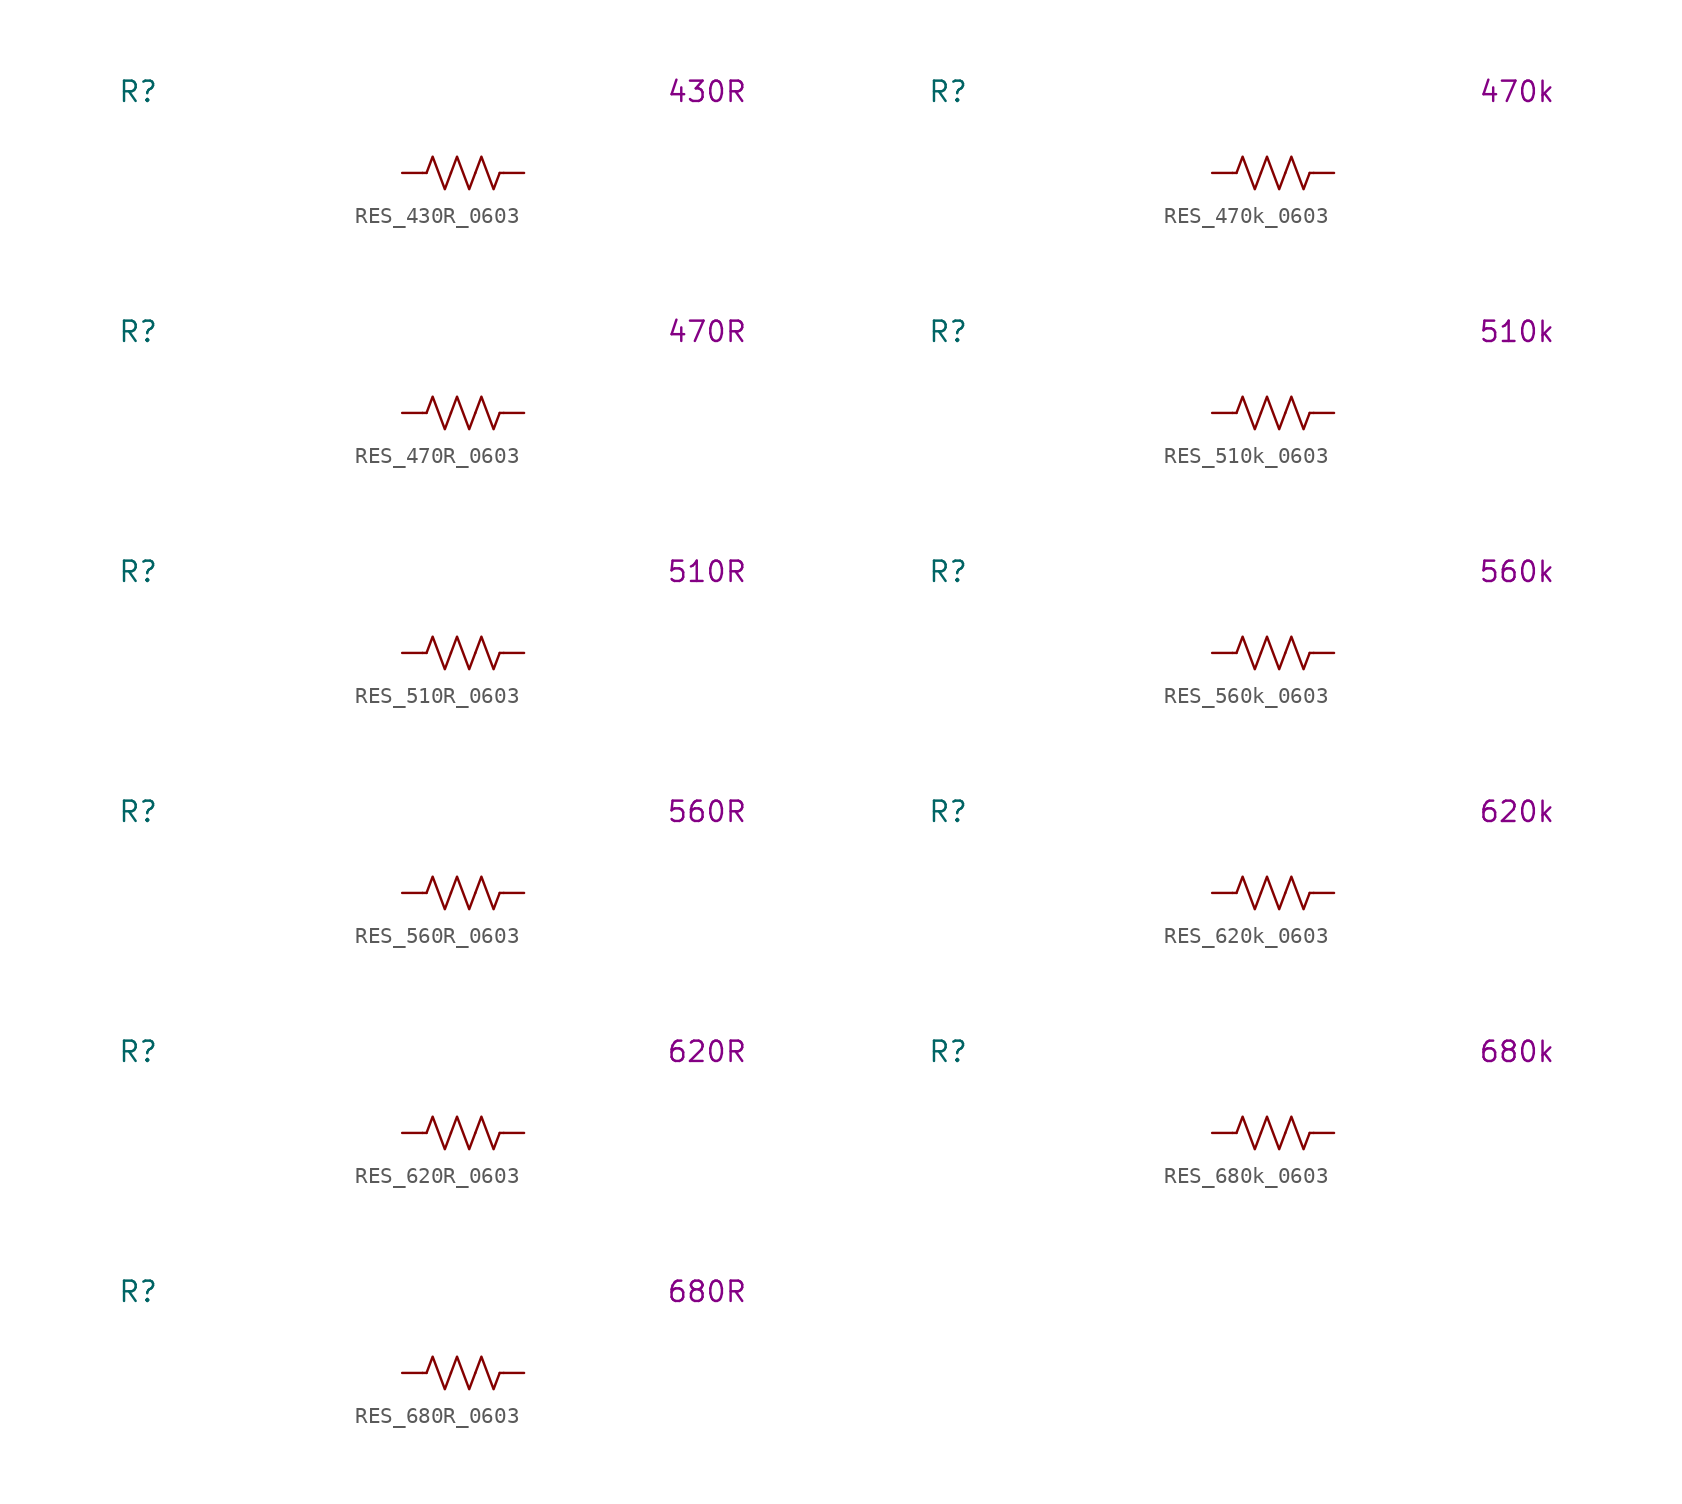
<source format=kicad_sym>
(kicad_symbol_lib
  (version 20231120)
  (generator "kicad_symbol_editor")
  (generator_version "8.0")
  (symbol "RES_430R_0603"
    (pin_numbers hide)
    (property "Reference" "R"
      (at -20.32 5.08 0)
      (effects (font (size 1.27 1.27))))
    (property "Display Value" "430R"
      (at 15.24 5.08 0)
      (effects (font (size 1.27 1.27))))
    (symbol "RES_430R_0603_0_1"
      (polyline (pts (xy -2.286 0) (xy -2.54 0)) (stroke (width 0) (type default)) (fill (type none)))
      (polyline (pts (xy 2.286 0) (xy 2.54 0)) (stroke (width 0) (type default)) (fill (type none)))
      (polyline (pts (xy -2.286 0) (xy -1.905 1.016) (xy -1.524 0) (xy -1.143 -1.016) (xy -0.762 0)) (stroke (width 0) (type default)) (fill (type none)))
      (polyline (pts (xy -0.762 0) (xy -0.381 1.016) (xy 0 0) (xy 0.381 -1.016) (xy 0.762 0)) (stroke (width 0) (type default)) (fill (type none)))
      (polyline (pts (xy 0.762 0) (xy 1.143 1.016) (xy 1.524 0) (xy 1.905 -1.016) (xy 2.286 0)) (stroke (width 0) (type default)) (fill (type none))))
    (symbol "RES_430R_0603_1_1"
      (pin passive line (at -3.81 0 0) (length 1.27) (name "~" (effects (font (size 1.27 1.27)))) (number "1" (effects (font (size 1.27 1.27)))))
      (pin passive line (at 3.81 0 180) (length 1.27) (name "~" (effects (font (size 1.27 1.27)))) (number "2" (effects (font (size 1.27 1.27)))))))
  (symbol "RES_470k_0603"
    (pin_numbers hide)
    (property "Reference" "R"
      (at -20.32 5.08 0)
      (effects (font (size 1.27 1.27))))
    (property "Display Value" "470k"
      (at 15.24 5.08 0)
      (effects (font (size 1.27 1.27))))
    (symbol "RES_470k_0603_0_1"
      (polyline (pts (xy -2.286 0) (xy -2.54 0)) (stroke (width 0) (type default)) (fill (type none)))
      (polyline (pts (xy 2.286 0) (xy 2.54 0)) (stroke (width 0) (type default)) (fill (type none)))
      (polyline (pts (xy -2.286 0) (xy -1.905 1.016) (xy -1.524 0) (xy -1.143 -1.016) (xy -0.762 0)) (stroke (width 0) (type default)) (fill (type none)))
      (polyline (pts (xy -0.762 0) (xy -0.381 1.016) (xy 0 0) (xy 0.381 -1.016) (xy 0.762 0)) (stroke (width 0) (type default)) (fill (type none)))
      (polyline (pts (xy 0.762 0) (xy 1.143 1.016) (xy 1.524 0) (xy 1.905 -1.016) (xy 2.286 0)) (stroke (width 0) (type default)) (fill (type none))))
    (symbol "RES_470k_0603_1_1"
      (pin passive line (at -3.81 0 0) (length 1.27) (name "~" (effects (font (size 1.27 1.27)))) (number "1" (effects (font (size 1.27 1.27)))))
      (pin passive line (at 3.81 0 180) (length 1.27) (name "~" (effects (font (size 1.27 1.27)))) (number "2" (effects (font (size 1.27 1.27)))))))
  (symbol "RES_470R_0603"
    (pin_numbers hide)
    (property "Reference" "R"
      (at -20.32 5.08 0)
      (effects (font (size 1.27 1.27))))
    (property "Display Value" "470R"
      (at 15.24 5.08 0)
      (effects (font (size 1.27 1.27))))
    (symbol "RES_470R_0603_0_1"
      (polyline (pts (xy -2.286 0) (xy -2.54 0)) (stroke (width 0) (type default)) (fill (type none)))
      (polyline (pts (xy 2.286 0) (xy 2.54 0)) (stroke (width 0) (type default)) (fill (type none)))
      (polyline (pts (xy -2.286 0) (xy -1.905 1.016) (xy -1.524 0) (xy -1.143 -1.016) (xy -0.762 0)) (stroke (width 0) (type default)) (fill (type none)))
      (polyline (pts (xy -0.762 0) (xy -0.381 1.016) (xy 0 0) (xy 0.381 -1.016) (xy 0.762 0)) (stroke (width 0) (type default)) (fill (type none)))
      (polyline (pts (xy 0.762 0) (xy 1.143 1.016) (xy 1.524 0) (xy 1.905 -1.016) (xy 2.286 0)) (stroke (width 0) (type default)) (fill (type none))))
    (symbol "RES_470R_0603_1_1"
      (pin passive line (at -3.81 0 0) (length 1.27) (name "~" (effects (font (size 1.27 1.27)))) (number "1" (effects (font (size 1.27 1.27)))))
      (pin passive line (at 3.81 0 180) (length 1.27) (name "~" (effects (font (size 1.27 1.27)))) (number "2" (effects (font (size 1.27 1.27)))))))
  (symbol "RES_510k_0603"
    (pin_numbers hide)
    (property "Reference" "R"
      (at -20.32 5.08 0)
      (effects (font (size 1.27 1.27))))
    (property "Display Value" "510k"
      (at 15.24 5.08 0)
      (effects (font (size 1.27 1.27))))
    (symbol "RES_510k_0603_0_1"
      (polyline (pts (xy -2.286 0) (xy -2.54 0)) (stroke (width 0) (type default)) (fill (type none)))
      (polyline (pts (xy 2.286 0) (xy 2.54 0)) (stroke (width 0) (type default)) (fill (type none)))
      (polyline (pts (xy -2.286 0) (xy -1.905 1.016) (xy -1.524 0) (xy -1.143 -1.016) (xy -0.762 0)) (stroke (width 0) (type default)) (fill (type none)))
      (polyline (pts (xy -0.762 0) (xy -0.381 1.016) (xy 0 0) (xy 0.381 -1.016) (xy 0.762 0)) (stroke (width 0) (type default)) (fill (type none)))
      (polyline (pts (xy 0.762 0) (xy 1.143 1.016) (xy 1.524 0) (xy 1.905 -1.016) (xy 2.286 0)) (stroke (width 0) (type default)) (fill (type none))))
    (symbol "RES_510k_0603_1_1"
      (pin passive line (at -3.81 0 0) (length 1.27) (name "~" (effects (font (size 1.27 1.27)))) (number "1" (effects (font (size 1.27 1.27)))))
      (pin passive line (at 3.81 0 180) (length 1.27) (name "~" (effects (font (size 1.27 1.27)))) (number "2" (effects (font (size 1.27 1.27)))))))
  (symbol "RES_510R_0603"
    (pin_numbers hide)
    (property "Reference" "R"
      (at -20.32 5.08 0)
      (effects (font (size 1.27 1.27))))
    (property "Display Value" "510R"
      (at 15.24 5.08 0)
      (effects (font (size 1.27 1.27))))
    (symbol "RES_510R_0603_0_1"
      (polyline (pts (xy -2.286 0) (xy -2.54 0)) (stroke (width 0) (type default)) (fill (type none)))
      (polyline (pts (xy 2.286 0) (xy 2.54 0)) (stroke (width 0) (type default)) (fill (type none)))
      (polyline (pts (xy -2.286 0) (xy -1.905 1.016) (xy -1.524 0) (xy -1.143 -1.016) (xy -0.762 0)) (stroke (width 0) (type default)) (fill (type none)))
      (polyline (pts (xy -0.762 0) (xy -0.381 1.016) (xy 0 0) (xy 0.381 -1.016) (xy 0.762 0)) (stroke (width 0) (type default)) (fill (type none)))
      (polyline (pts (xy 0.762 0) (xy 1.143 1.016) (xy 1.524 0) (xy 1.905 -1.016) (xy 2.286 0)) (stroke (width 0) (type default)) (fill (type none))))
    (symbol "RES_510R_0603_1_1"
      (pin passive line (at -3.81 0 0) (length 1.27) (name "~" (effects (font (size 1.27 1.27)))) (number "1" (effects (font (size 1.27 1.27)))))
      (pin passive line (at 3.81 0 180) (length 1.27) (name "~" (effects (font (size 1.27 1.27)))) (number "2" (effects (font (size 1.27 1.27)))))))
  (symbol "RES_560k_0603"
    (pin_numbers hide)
    (property "Reference" "R"
      (at -20.32 5.08 0)
      (effects (font (size 1.27 1.27))))
    (property "Display Value" "560k"
      (at 15.24 5.08 0)
      (effects (font (size 1.27 1.27))))
    (symbol "RES_560k_0603_0_1"
      (polyline (pts (xy -2.286 0) (xy -2.54 0)) (stroke (width 0) (type default)) (fill (type none)))
      (polyline (pts (xy 2.286 0) (xy 2.54 0)) (stroke (width 0) (type default)) (fill (type none)))
      (polyline (pts (xy -2.286 0) (xy -1.905 1.016) (xy -1.524 0) (xy -1.143 -1.016) (xy -0.762 0)) (stroke (width 0) (type default)) (fill (type none)))
      (polyline (pts (xy -0.762 0) (xy -0.381 1.016) (xy 0 0) (xy 0.381 -1.016) (xy 0.762 0)) (stroke (width 0) (type default)) (fill (type none)))
      (polyline (pts (xy 0.762 0) (xy 1.143 1.016) (xy 1.524 0) (xy 1.905 -1.016) (xy 2.286 0)) (stroke (width 0) (type default)) (fill (type none))))
    (symbol "RES_560k_0603_1_1"
      (pin passive line (at -3.81 0 0) (length 1.27) (name "~" (effects (font (size 1.27 1.27)))) (number "1" (effects (font (size 1.27 1.27)))))
      (pin passive line (at 3.81 0 180) (length 1.27) (name "~" (effects (font (size 1.27 1.27)))) (number "2" (effects (font (size 1.27 1.27)))))))
  (symbol "RES_560R_0603"
    (pin_numbers hide)
    (property "Reference" "R"
      (at -20.32 5.08 0)
      (effects (font (size 1.27 1.27))))
    (property "Display Value" "560R"
      (at 15.24 5.08 0)
      (effects (font (size 1.27 1.27))))
    (symbol "RES_560R_0603_0_1"
      (polyline (pts (xy -2.286 0) (xy -2.54 0)) (stroke (width 0) (type default)) (fill (type none)))
      (polyline (pts (xy 2.286 0) (xy 2.54 0)) (stroke (width 0) (type default)) (fill (type none)))
      (polyline (pts (xy -2.286 0) (xy -1.905 1.016) (xy -1.524 0) (xy -1.143 -1.016) (xy -0.762 0)) (stroke (width 0) (type default)) (fill (type none)))
      (polyline (pts (xy -0.762 0) (xy -0.381 1.016) (xy 0 0) (xy 0.381 -1.016) (xy 0.762 0)) (stroke (width 0) (type default)) (fill (type none)))
      (polyline (pts (xy 0.762 0) (xy 1.143 1.016) (xy 1.524 0) (xy 1.905 -1.016) (xy 2.286 0)) (stroke (width 0) (type default)) (fill (type none))))
    (symbol "RES_560R_0603_1_1"
      (pin passive line (at -3.81 0 0) (length 1.27) (name "~" (effects (font (size 1.27 1.27)))) (number "1" (effects (font (size 1.27 1.27)))))
      (pin passive line (at 3.81 0 180) (length 1.27) (name "~" (effects (font (size 1.27 1.27)))) (number "2" (effects (font (size 1.27 1.27)))))))
  (symbol "RES_620k_0603"
    (pin_numbers hide)
    (property "Reference" "R"
      (at -20.32 5.08 0)
      (effects (font (size 1.27 1.27))))
    (property "Display Value" "620k"
      (at 15.24 5.08 0)
      (effects (font (size 1.27 1.27))))
    (symbol "RES_620k_0603_0_1"
      (polyline (pts (xy -2.286 0) (xy -2.54 0)) (stroke (width 0) (type default)) (fill (type none)))
      (polyline (pts (xy 2.286 0) (xy 2.54 0)) (stroke (width 0) (type default)) (fill (type none)))
      (polyline (pts (xy -2.286 0) (xy -1.905 1.016) (xy -1.524 0) (xy -1.143 -1.016) (xy -0.762 0)) (stroke (width 0) (type default)) (fill (type none)))
      (polyline (pts (xy -0.762 0) (xy -0.381 1.016) (xy 0 0) (xy 0.381 -1.016) (xy 0.762 0)) (stroke (width 0) (type default)) (fill (type none)))
      (polyline (pts (xy 0.762 0) (xy 1.143 1.016) (xy 1.524 0) (xy 1.905 -1.016) (xy 2.286 0)) (stroke (width 0) (type default)) (fill (type none))))
    (symbol "RES_620k_0603_1_1"
      (pin passive line (at -3.81 0 0) (length 1.27) (name "~" (effects (font (size 1.27 1.27)))) (number "1" (effects (font (size 1.27 1.27)))))
      (pin passive line (at 3.81 0 180) (length 1.27) (name "~" (effects (font (size 1.27 1.27)))) (number "2" (effects (font (size 1.27 1.27)))))))
  (symbol "RES_620R_0603"
    (pin_numbers hide)
    (property "Reference" "R"
      (at -20.32 5.08 0)
      (effects (font (size 1.27 1.27))))
    (property "Display Value" "620R"
      (at 15.24 5.08 0)
      (effects (font (size 1.27 1.27))))
    (symbol "RES_620R_0603_0_1"
      (polyline (pts (xy -2.286 0) (xy -2.54 0)) (stroke (width 0) (type default)) (fill (type none)))
      (polyline (pts (xy 2.286 0) (xy 2.54 0)) (stroke (width 0) (type default)) (fill (type none)))
      (polyline (pts (xy -2.286 0) (xy -1.905 1.016) (xy -1.524 0) (xy -1.143 -1.016) (xy -0.762 0)) (stroke (width 0) (type default)) (fill (type none)))
      (polyline (pts (xy -0.762 0) (xy -0.381 1.016) (xy 0 0) (xy 0.381 -1.016) (xy 0.762 0)) (stroke (width 0) (type default)) (fill (type none)))
      (polyline (pts (xy 0.762 0) (xy 1.143 1.016) (xy 1.524 0) (xy 1.905 -1.016) (xy 2.286 0)) (stroke (width 0) (type default)) (fill (type none))))
    (symbol "RES_620R_0603_1_1"
      (pin passive line (at -3.81 0 0) (length 1.27) (name "~" (effects (font (size 1.27 1.27)))) (number "1" (effects (font (size 1.27 1.27)))))
      (pin passive line (at 3.81 0 180) (length 1.27) (name "~" (effects (font (size 1.27 1.27)))) (number "2" (effects (font (size 1.27 1.27)))))))
  (symbol "RES_680k_0603"
    (pin_numbers hide)
    (property "Reference" "R"
      (at -20.32 5.08 0)
      (effects (font (size 1.27 1.27))))
    (property "Display Value" "680k"
      (at 15.24 5.08 0)
      (effects (font (size 1.27 1.27))))
    (symbol "RES_680k_0603_0_1"
      (polyline (pts (xy -2.286 0) (xy -2.54 0)) (stroke (width 0) (type default)) (fill (type none)))
      (polyline (pts (xy 2.286 0) (xy 2.54 0)) (stroke (width 0) (type default)) (fill (type none)))
      (polyline (pts (xy -2.286 0) (xy -1.905 1.016) (xy -1.524 0) (xy -1.143 -1.016) (xy -0.762 0)) (stroke (width 0) (type default)) (fill (type none)))
      (polyline (pts (xy -0.762 0) (xy -0.381 1.016) (xy 0 0) (xy 0.381 -1.016) (xy 0.762 0)) (stroke (width 0) (type default)) (fill (type none)))
      (polyline (pts (xy 0.762 0) (xy 1.143 1.016) (xy 1.524 0) (xy 1.905 -1.016) (xy 2.286 0)) (stroke (width 0) (type default)) (fill (type none))))
    (symbol "RES_680k_0603_1_1"
      (pin passive line (at -3.81 0 0) (length 1.27) (name "~" (effects (font (size 1.27 1.27)))) (number "1" (effects (font (size 1.27 1.27)))))
      (pin passive line (at 3.81 0 180) (length 1.27) (name "~" (effects (font (size 1.27 1.27)))) (number "2" (effects (font (size 1.27 1.27)))))))
  (symbol "RES_680R_0603"
    (pin_numbers hide)
    (property "Reference" "R"
      (at -20.32 5.08 0)
      (effects (font (size 1.27 1.27))))
    (property "Display Value" "680R"
      (at 15.24 5.08 0)
      (effects (font (size 1.27 1.27))))
    (symbol "RES_680R_0603_0_1"
      (polyline (pts (xy -2.286 0) (xy -2.54 0)) (stroke (width 0) (type default)) (fill (type none)))
      (polyline (pts (xy 2.286 0) (xy 2.54 0)) (stroke (width 0) (type default)) (fill (type none)))
      (polyline (pts (xy -2.286 0) (xy -1.905 1.016) (xy -1.524 0) (xy -1.143 -1.016) (xy -0.762 0)) (stroke (width 0) (type default)) (fill (type none)))
      (polyline (pts (xy -0.762 0) (xy -0.381 1.016) (xy 0 0) (xy 0.381 -1.016) (xy 0.762 0)) (stroke (width 0) (type default)) (fill (type none)))
      (polyline (pts (xy 0.762 0) (xy 1.143 1.016) (xy 1.524 0) (xy 1.905 -1.016) (xy 2.286 0)) (stroke (width 0) (type default)) (fill (type none))))
    (symbol "RES_680R_0603_1_1"
      (pin passive line (at -3.81 0 0) (length 1.27) (name "~" (effects (font (size 1.27 1.27)))) (number "1" (effects (font (size 1.27 1.27)))))
      (pin passive line (at 3.81 0 180) (length 1.27) (name "~" (effects (font (size 1.27 1.27)))) (number "2" (effects (font (size 1.27 1.27))))))))
</source>
